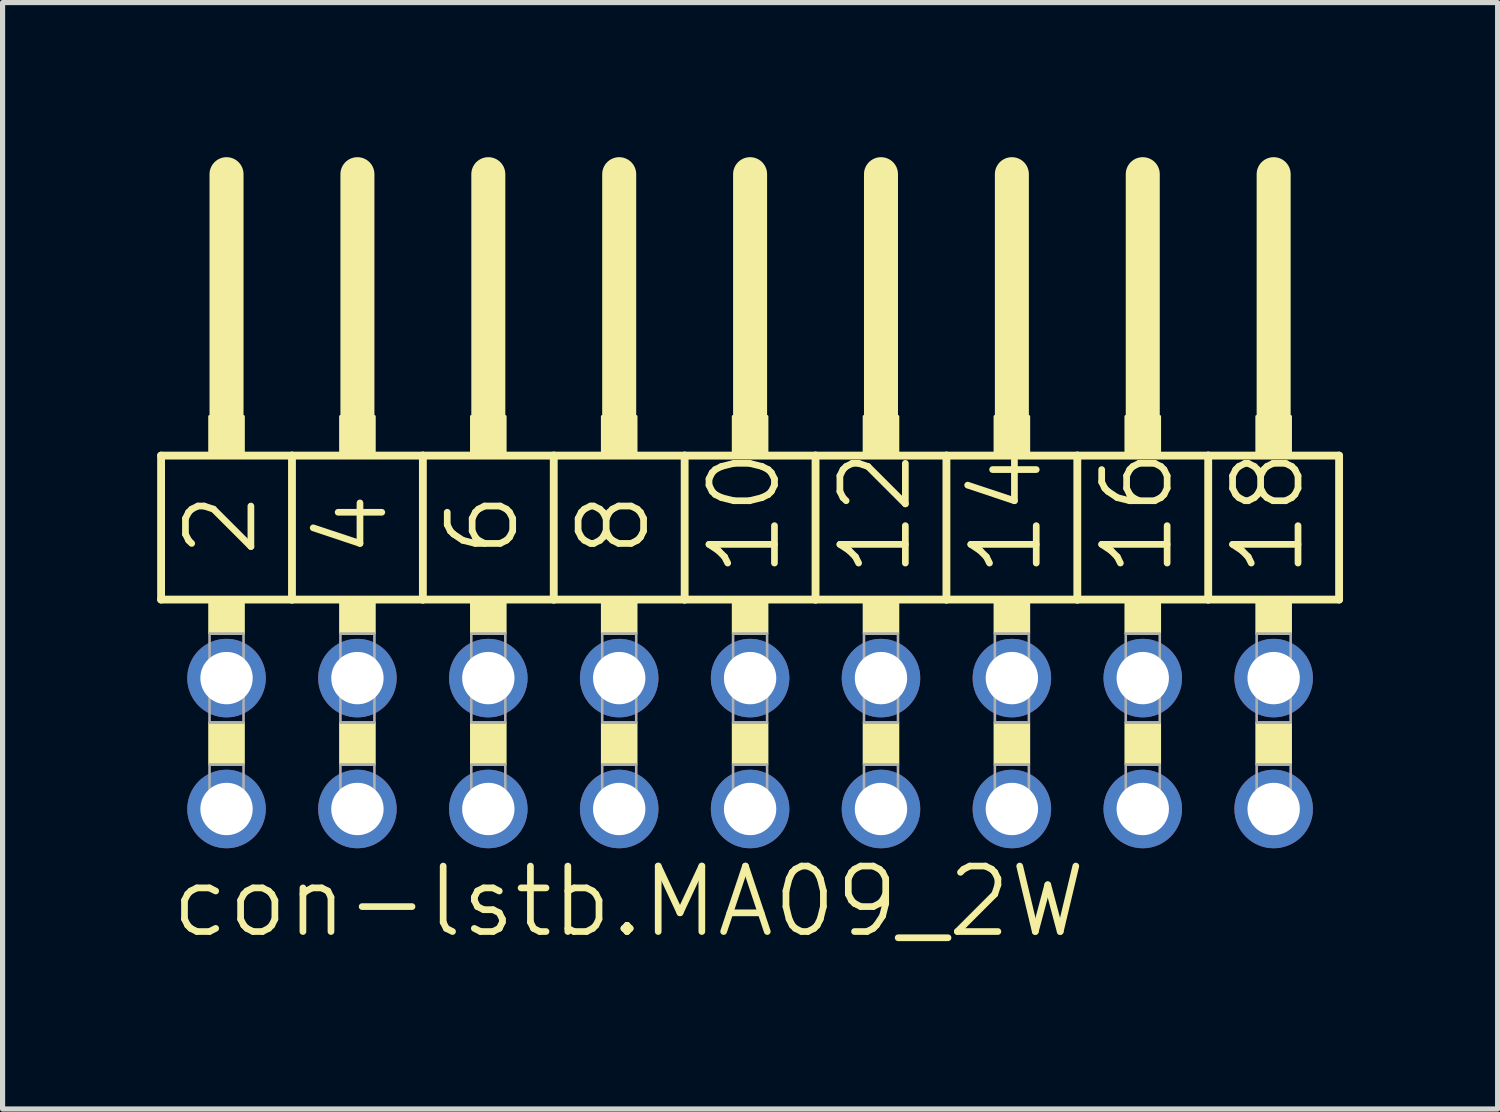
<source format=kicad_pcb>
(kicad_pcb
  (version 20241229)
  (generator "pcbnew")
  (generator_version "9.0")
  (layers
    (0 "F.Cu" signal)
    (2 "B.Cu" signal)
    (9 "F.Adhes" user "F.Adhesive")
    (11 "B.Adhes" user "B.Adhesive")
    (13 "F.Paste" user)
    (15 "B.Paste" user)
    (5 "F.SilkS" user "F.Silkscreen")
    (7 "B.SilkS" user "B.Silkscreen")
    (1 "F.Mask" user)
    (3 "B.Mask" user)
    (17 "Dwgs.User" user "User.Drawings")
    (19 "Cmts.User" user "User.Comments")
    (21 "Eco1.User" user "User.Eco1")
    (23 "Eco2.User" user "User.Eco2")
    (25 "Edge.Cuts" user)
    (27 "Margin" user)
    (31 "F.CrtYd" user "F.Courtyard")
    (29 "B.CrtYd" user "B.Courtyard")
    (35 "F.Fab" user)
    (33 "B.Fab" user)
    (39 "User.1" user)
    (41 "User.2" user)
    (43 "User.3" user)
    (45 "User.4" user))
  (footprint "con-lstb.MA09_2W"
    (layer "F.Cu")
    (at 11.506 11.379)
    (property "Reference" "con-lstb.MA09_2W" (at -11.303 3.81 0) (layer "F.SilkS") (effects (font (size 1.27 1.27) (thickness 0.13)) (justify left bottom)))
    (attr through_hole)
    (fp_line (start -11.43 -5.588) (end -8.89 -5.588) (stroke (width 0.152) (type default)) (layer "F.SilkS"))
    (fp_line (start -11.43 -2.794) (end -11.43 -5.588) (stroke (width 0.152) (type default)) (layer "F.SilkS"))
    (fp_line (start -10.16 -6.35) (end -10.16 -11.049) (stroke (width 0.66) (type default)) (layer "F.SilkS"))
    (fp_line (start -8.89 -5.588) (end -6.35 -5.588) (stroke (width 0.152) (type default)) (layer "F.SilkS"))
    (fp_line (start -8.89 -2.794) (end -11.43 -2.794) (stroke (width 0.152) (type default)) (layer "F.SilkS"))
    (fp_line (start -8.89 -2.794) (end -8.89 -5.588) (stroke (width 0.152) (type default)) (layer "F.SilkS"))
    (fp_line (start -8.89 -2.794) (end -6.35 -2.794) (stroke (width 0.152) (type default)) (layer "F.SilkS"))
    (fp_line (start -7.62 -6.35) (end -7.62 -11.049) (stroke (width 0.66) (type default)) (layer "F.SilkS"))
    (fp_line (start -6.35 -5.588) (end -3.81 -5.588) (stroke (width 0.152) (type default)) (layer "F.SilkS"))
    (fp_line (start -6.35 -2.794) (end -6.35 -5.588) (stroke (width 0.152) (type default)) (layer "F.SilkS"))
    (fp_line (start -5.08 -6.35) (end -5.08 -11.049) (stroke (width 0.66) (type default)) (layer "F.SilkS"))
    (fp_line (start -3.81 -5.588) (end -1.27 -5.588) (stroke (width 0.152) (type default)) (layer "F.SilkS"))
    (fp_line (start -3.81 -2.794) (end -6.35 -2.794) (stroke (width 0.152) (type default)) (layer "F.SilkS"))
    (fp_line (start -3.81 -2.794) (end -3.81 -5.588) (stroke (width 0.152) (type default)) (layer "F.SilkS"))
    (fp_line (start -2.54 -6.35) (end -2.54 -11.049) (stroke (width 0.66) (type default)) (layer "F.SilkS"))
    (fp_line (start -1.27 -5.588) (end 1.27 -5.588) (stroke (width 0.152) (type default)) (layer "F.SilkS"))
    (fp_line (start -1.27 -2.794) (end -3.81 -2.794) (stroke (width 0.152) (type default)) (layer "F.SilkS"))
    (fp_line (start -1.27 -2.794) (end -1.27 -5.588) (stroke (width 0.152) (type default)) (layer "F.SilkS"))
    (fp_line (start 0 -6.35) (end 0 -11.049) (stroke (width 0.66) (type default)) (layer "F.SilkS"))
    (fp_line (start 1.27 -5.588) (end 3.81 -5.588) (stroke (width 0.152) (type default)) (layer "F.SilkS"))
    (fp_line (start 1.27 -2.794) (end -1.27 -2.794) (stroke (width 0.152) (type default)) (layer "F.SilkS"))
    (fp_line (start 1.27 -2.794) (end 1.27 -5.588) (stroke (width 0.152) (type default)) (layer "F.SilkS"))
    (fp_line (start 2.54 -6.35) (end 2.54 -11.049) (stroke (width 0.66) (type default)) (layer "F.SilkS"))
    (fp_line (start 3.81 -5.588) (end 6.35 -5.588) (stroke (width 0.152) (type default)) (layer "F.SilkS"))
    (fp_line (start 3.81 -2.794) (end 1.27 -2.794) (stroke (width 0.152) (type default)) (layer "F.SilkS"))
    (fp_line (start 3.81 -2.794) (end 3.81 -5.588) (stroke (width 0.152) (type default)) (layer "F.SilkS"))
    (fp_line (start 3.81 -2.794) (end 6.35 -2.794) (stroke (width 0.152) (type default)) (layer "F.SilkS"))
    (fp_line (start 5.08 -6.35) (end 5.08 -11.049) (stroke (width 0.66) (type default)) (layer "F.SilkS"))
    (fp_line (start 6.35 -5.588) (end 8.89 -5.588) (stroke (width 0.152) (type default)) (layer "F.SilkS"))
    (fp_line (start 6.35 -2.794) (end 6.35 -5.588) (stroke (width 0.152) (type default)) (layer "F.SilkS"))
    (fp_line (start 7.62 -6.35) (end 7.62 -11.049) (stroke (width 0.66) (type default)) (layer "F.SilkS"))
    (fp_line (start 8.89 -5.588) (end 11.43 -5.588) (stroke (width 0.152) (type default)) (layer "F.SilkS"))
    (fp_line (start 8.89 -2.794) (end 6.35 -2.794) (stroke (width 0.152) (type default)) (layer "F.SilkS"))
    (fp_line (start 8.89 -2.794) (end 8.89 -5.588) (stroke (width 0.152) (type default)) (layer "F.SilkS"))
    (fp_line (start 10.16 -6.35) (end 10.16 -11.049) (stroke (width 0.66) (type default)) (layer "F.SilkS"))
    (fp_line (start 11.43 -2.794) (end 8.89 -2.794) (stroke (width 0.152) (type default)) (layer "F.SilkS"))
    (fp_line (start 11.43 -2.794) (end 11.43 -5.588) (stroke (width 0.152) (type default)) (layer "F.SilkS"))
    (fp_rect (start -10.49 -5.588) (end -9.83 -6.35) (stroke (width 0.05) (type default)) (fill yes) (layer "F.SilkS"))
    (fp_rect (start -10.49 -2.134) (end -9.83 -2.794) (stroke (width 0.05) (type default)) (fill yes) (layer "F.SilkS"))
    (fp_rect (start -10.49 0.406) (end -9.83 -0.406) (stroke (width 0.05) (type default)) (fill yes) (layer "F.SilkS"))
    (fp_rect (start -7.95 -5.588) (end -7.29 -6.35) (stroke (width 0.05) (type default)) (fill yes) (layer "F.SilkS"))
    (fp_rect (start -7.95 -2.134) (end -7.29 -2.794) (stroke (width 0.05) (type default)) (fill yes) (layer "F.SilkS"))
    (fp_rect (start -7.95 0.406) (end -7.29 -0.406) (stroke (width 0.05) (type default)) (fill yes) (layer "F.SilkS"))
    (fp_rect (start -5.41 -5.588) (end -4.75 -6.35) (stroke (width 0.05) (type default)) (fill yes) (layer "F.SilkS"))
    (fp_rect (start -5.41 -2.134) (end -4.75 -2.794) (stroke (width 0.05) (type default)) (fill yes) (layer "F.SilkS"))
    (fp_rect (start -5.41 0.406) (end -4.75 -0.406) (stroke (width 0.05) (type default)) (fill yes) (layer "F.SilkS"))
    (fp_rect (start -2.87 -5.588) (end -2.21 -6.35) (stroke (width 0.05) (type default)) (fill yes) (layer "F.SilkS"))
    (fp_rect (start -2.87 -2.134) (end -2.21 -2.794) (stroke (width 0.05) (type default)) (fill yes) (layer "F.SilkS"))
    (fp_rect (start -2.87 0.406) (end -2.21 -0.406) (stroke (width 0.05) (type default)) (fill yes) (layer "F.SilkS"))
    (fp_rect (start -0.33 -5.588) (end 0.33 -6.35) (stroke (width 0.05) (type default)) (fill yes) (layer "F.SilkS"))
    (fp_rect (start -0.33 -2.134) (end 0.33 -2.794) (stroke (width 0.05) (type default)) (fill yes) (layer "F.SilkS"))
    (fp_rect (start -0.33 0.406) (end 0.33 -0.406) (stroke (width 0.05) (type default)) (fill yes) (layer "F.SilkS"))
    (fp_rect (start 2.21 -5.588) (end 2.87 -6.35) (stroke (width 0.05) (type default)) (fill yes) (layer "F.SilkS"))
    (fp_rect (start 2.21 -2.134) (end 2.87 -2.794) (stroke (width 0.05) (type default)) (fill yes) (layer "F.SilkS"))
    (fp_rect (start 2.21 0.406) (end 2.87 -0.406) (stroke (width 0.05) (type default)) (fill yes) (layer "F.SilkS"))
    (fp_rect (start 4.75 -5.588) (end 5.41 -6.35) (stroke (width 0.05) (type default)) (fill yes) (layer "F.SilkS"))
    (fp_rect (start 4.75 -2.134) (end 5.41 -2.794) (stroke (width 0.05) (type default)) (fill yes) (layer "F.SilkS"))
    (fp_rect (start 4.75 0.406) (end 5.41 -0.406) (stroke (width 0.05) (type default)) (fill yes) (layer "F.SilkS"))
    (fp_rect (start 7.29 -5.588) (end 7.95 -6.35) (stroke (width 0.05) (type default)) (fill yes) (layer "F.SilkS"))
    (fp_rect (start 7.29 -2.134) (end 7.95 -2.794) (stroke (width 0.05) (type default)) (fill yes) (layer "F.SilkS"))
    (fp_rect (start 7.29 0.406) (end 7.95 -0.406) (stroke (width 0.05) (type default)) (fill yes) (layer "F.SilkS"))
    (fp_rect (start 9.83 -5.588) (end 10.49 -6.35) (stroke (width 0.05) (type default)) (fill yes) (layer "F.SilkS"))
    (fp_rect (start 9.83 -2.134) (end 10.49 -2.794) (stroke (width 0.05) (type default)) (fill yes) (layer "F.SilkS"))
    (fp_rect (start 9.83 0.406) (end 10.49 -0.406) (stroke (width 0.05) (type default)) (fill yes) (layer "F.SilkS"))
    (fp_rect (start -10.49 -0.406) (end -9.83 -2.134) (stroke (width 0.05) (type default)) (fill no) (layer "F.Fab"))
    (fp_rect (start -10.49 1.575) (end -9.83 0.406) (stroke (width 0.05) (type default)) (fill no) (layer "F.Fab"))
    (fp_rect (start -7.95 -0.406) (end -7.29 -2.134) (stroke (width 0.05) (type default)) (fill no) (layer "F.Fab"))
    (fp_rect (start -7.95 1.575) (end -7.29 0.406) (stroke (width 0.05) (type default)) (fill no) (layer "F.Fab"))
    (fp_rect (start -5.41 -0.406) (end -4.75 -2.134) (stroke (width 0.05) (type default)) (fill no) (layer "F.Fab"))
    (fp_rect (start -5.41 1.575) (end -4.75 0.406) (stroke (width 0.05) (type default)) (fill no) (layer "F.Fab"))
    (fp_rect (start -2.87 -0.406) (end -2.21 -2.134) (stroke (width 0.05) (type default)) (fill no) (layer "F.Fab"))
    (fp_rect (start -2.87 1.575) (end -2.21 0.406) (stroke (width 0.05) (type default)) (fill no) (layer "F.Fab"))
    (fp_rect (start -0.33 -0.406) (end 0.33 -2.134) (stroke (width 0.05) (type default)) (fill no) (layer "F.Fab"))
    (fp_rect (start -0.33 1.575) (end 0.33 0.406) (stroke (width 0.05) (type default)) (fill no) (layer "F.Fab"))
    (fp_rect (start 2.21 -0.406) (end 2.87 -2.134) (stroke (width 0.05) (type default)) (fill no) (layer "F.Fab"))
    (fp_rect (start 2.21 1.575) (end 2.87 0.406) (stroke (width 0.05) (type default)) (fill no) (layer "F.Fab"))
    (fp_rect (start 4.75 -0.406) (end 5.41 -2.134) (stroke (width 0.05) (type default)) (fill no) (layer "F.Fab"))
    (fp_rect (start 4.75 1.575) (end 5.41 0.406) (stroke (width 0.05) (type default)) (fill no) (layer "F.Fab"))
    (fp_rect (start 7.29 -0.406) (end 7.95 -2.134) (stroke (width 0.05) (type default)) (fill no) (layer "F.Fab"))
    (fp_rect (start 7.29 1.575) (end 7.95 0.406) (stroke (width 0.05) (type default)) (fill no) (layer "F.Fab"))
    (fp_rect (start 9.83 -0.406) (end 10.49 -2.134) (stroke (width 0.05) (type default)) (fill no) (layer "F.Fab"))
    (fp_rect (start 9.83 1.575) (end 10.49 0.406) (stroke (width 0.05) (type default)) (fill no) (layer "F.Fab"))
    (fp_text user "14" (at 5.715 -3.175 90) (layer "F.SilkS") (effects (font (size 1.27 1.27) (thickness 0.13)) (justify left bottom)))
    (fp_text user "10" (at 0.635 -3.175 90) (layer "F.SilkS") (effects (font (size 1.27 1.27) (thickness 0.13)) (justify left bottom)))
    (fp_text user "12" (at 3.175 -3.175 90) (layer "F.SilkS") (effects (font (size 1.27 1.27) (thickness 0.13)) (justify left bottom)))
    (fp_text user "2" (at -9.525 -3.556 90) (layer "F.SilkS") (effects (font (size 1.27 1.27) (thickness 0.13)) (justify left bottom)))
    (fp_text user "4" (at -6.985 -3.556 90) (layer "F.SilkS") (effects (font (size 1.27 1.27) (thickness 0.13)) (justify left bottom)))
    (fp_text user "8" (at -1.905 -3.556 90) (layer "F.SilkS") (effects (font (size 1.27 1.27) (thickness 0.13)) (justify left bottom)))
    (fp_text user "18" (at 10.795 -3.175 90) (layer "F.SilkS") (effects (font (size 1.27 1.27) (thickness 0.13)) (justify left bottom)))
    (fp_text user "16" (at 8.255 -3.175 90) (layer "F.SilkS") (effects (font (size 1.27 1.27) (thickness 0.13)) (justify left bottom)))
    (fp_text user "6" (at -4.445 -3.556 90) (layer "F.SilkS") (effects (font (size 1.27 1.27) (thickness 0.13)) (justify left bottom)))
    (pad "1" thru_hole circle (at -10.16 1.27) (size 1.524 1.524) (drill 1.016) (layers "*.Cu" "*.Mask"))
    (pad "2" thru_hole circle (at -10.16 -1.27) (size 1.524 1.524) (drill 1.016) (layers "*.Cu" "*.Mask"))
    (pad "3" thru_hole circle (at -7.62 1.27) (size 1.524 1.524) (drill 1.016) (layers "*.Cu" "*.Mask"))
    (pad "4" thru_hole circle (at -7.62 -1.27) (size 1.524 1.524) (drill 1.016) (layers "*.Cu" "*.Mask"))
    (pad "5" thru_hole circle (at -5.08 1.27) (size 1.524 1.524) (drill 1.016) (layers "*.Cu" "*.Mask"))
    (pad "6" thru_hole circle (at -5.08 -1.27) (size 1.524 1.524) (drill 1.016) (layers "*.Cu" "*.Mask"))
    (pad "7" thru_hole circle (at -2.54 1.27) (size 1.524 1.524) (drill 1.016) (layers "*.Cu" "*.Mask"))
    (pad "8" thru_hole circle (at -2.54 -1.27) (size 1.524 1.524) (drill 1.016) (layers "*.Cu" "*.Mask"))
    (pad "9" thru_hole circle (at 0 1.27) (size 1.524 1.524) (drill 1.016) (layers "*.Cu" "*.Mask"))
    (pad "10" thru_hole circle (at 0 -1.27) (size 1.524 1.524) (drill 1.016) (layers "*.Cu" "*.Mask"))
    (pad "11" thru_hole circle (at 2.54 1.27) (size 1.524 1.524) (drill 1.016) (layers "*.Cu" "*.Mask"))
    (pad "12" thru_hole circle (at 2.54 -1.27) (size 1.524 1.524) (drill 1.016) (layers "*.Cu" "*.Mask"))
    (pad "13" thru_hole circle (at 5.08 1.27) (size 1.524 1.524) (drill 1.016) (layers "*.Cu" "*.Mask"))
    (pad "14" thru_hole circle (at 5.08 -1.27) (size 1.524 1.524) (drill 1.016) (layers "*.Cu" "*.Mask"))
    (pad "15" thru_hole circle (at 7.62 1.27) (size 1.524 1.524) (drill 1.016) (layers "*.Cu" "*.Mask"))
    (pad "16" thru_hole circle (at 7.62 -1.27) (size 1.524 1.524) (drill 1.016) (layers "*.Cu" "*.Mask"))
    (pad "17" thru_hole circle (at 10.16 1.27) (size 1.524 1.524) (drill 1.016) (layers "*.Cu" "*.Mask"))
    (pad "18" thru_hole circle (at 10.16 -1.27) (size 1.524 1.524) (drill 1.016) (layers "*.Cu" "*.Mask")))
  (gr_rect
    (start -3 -3)
    (end 26.012 18.471)
    (stroke (width 0.1) (type default))
    (fill no)
    (layer "Edge.Cuts")))
</source>
